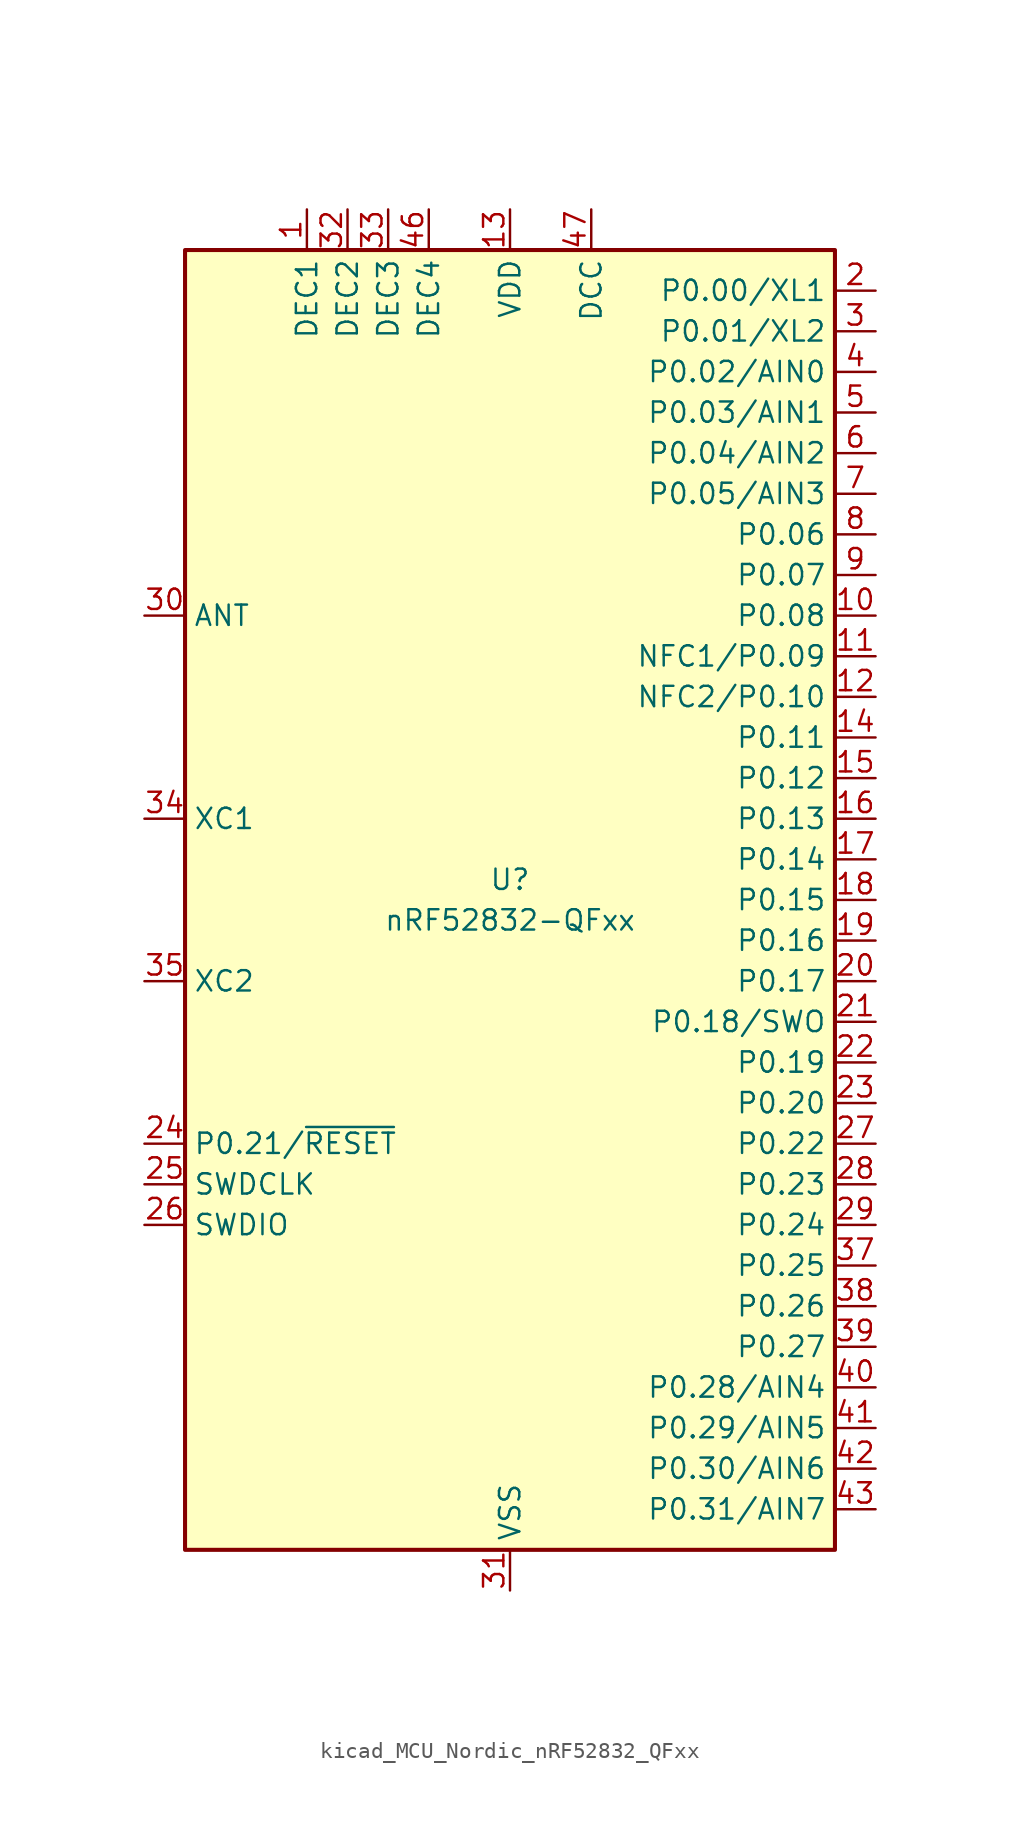
<source format=kicad_sym>
(kicad_symbol_lib
  (version 20220914)
  (generator kicad_symbol_editor)
  (symbol "kicad_MCU_Nordic_nRF52832_QFxx"
    (property "Reference" "U"
      (at 0 1.27 0)
      (effects (font (size 1.27 1.27))))
    (property "Value" "nRF52832-QFxx"
      (at 0 -1.27 0)
      (effects (font (size 1.27 1.27))))
    (symbol "kicad_MCU_Nordic_nRF52832_QFxx_0_1"
      (rectangle (start -20.32 40.64) (end 20.32 -40.64) (stroke (width 0.254) (type default)) (fill (type background))))
    (symbol "kicad_MCU_Nordic_nRF52832_QFxx_1_1"
      (pin passive line (at -12.7 43.18 270) (length 2.54) (name "DEC1" (effects (font (size 1.27 1.27)))) (number "1" (effects (font (size 1.27 1.27)))))
      (pin bidirectional line (at 22.86 17.78 180) (length 2.54) (name "P0.08" (effects (font (size 1.27 1.27)))) (number "10" (effects (font (size 1.27 1.27)))))
      (pin bidirectional line (at 22.86 15.24 180) (length 2.54) (name "NFC1/P0.09" (effects (font (size 1.27 1.27)))) (number "11" (effects (font (size 1.27 1.27)))))
      (pin bidirectional line (at 22.86 12.7 180) (length 2.54) (name "NFC2/P0.10" (effects (font (size 1.27 1.27)))) (number "12" (effects (font (size 1.27 1.27)))))
      (pin power_in line (at 0 43.18 270) (length 2.54) (name "VDD" (effects (font (size 1.27 1.27)))) (number "13" (effects (font (size 1.27 1.27)))))
      (pin bidirectional line (at 22.86 10.16 180) (length 2.54) (name "P0.11" (effects (font (size 1.27 1.27)))) (number "14" (effects (font (size 1.27 1.27)))))
      (pin bidirectional line (at 22.86 7.62 180) (length 2.54) (name "P0.12" (effects (font (size 1.27 1.27)))) (number "15" (effects (font (size 1.27 1.27)))))
      (pin bidirectional line (at 22.86 5.08 180) (length 2.54) (name "P0.13" (effects (font (size 1.27 1.27)))) (number "16" (effects (font (size 1.27 1.27)))))
      (pin bidirectional line (at 22.86 2.54 180) (length 2.54) (name "P0.14" (effects (font (size 1.27 1.27)))) (number "17" (effects (font (size 1.27 1.27)))))
      (pin bidirectional line (at 22.86 0 180) (length 2.54) (name "P0.15" (effects (font (size 1.27 1.27)))) (number "18" (effects (font (size 1.27 1.27)))))
      (pin bidirectional line (at 22.86 -2.54 180) (length 2.54) (name "P0.16" (effects (font (size 1.27 1.27)))) (number "19" (effects (font (size 1.27 1.27)))))
      (pin bidirectional line (at 22.86 38.1 180) (length 2.54) (name "P0.00/XL1" (effects (font (size 1.27 1.27)))) (number "2" (effects (font (size 1.27 1.27)))))
      (pin bidirectional line (at 22.86 -5.08 180) (length 2.54) (name "P0.17" (effects (font (size 1.27 1.27)))) (number "20" (effects (font (size 1.27 1.27)))))
      (pin bidirectional line (at 22.86 -7.62 180) (length 2.54) (name "P0.18/SWO" (effects (font (size 1.27 1.27)))) (number "21" (effects (font (size 1.27 1.27)))))
      (pin bidirectional line (at 22.86 -10.16 180) (length 2.54) (name "P0.19" (effects (font (size 1.27 1.27)))) (number "22" (effects (font (size 1.27 1.27)))))
      (pin bidirectional line (at 22.86 -12.7 180) (length 2.54) (name "P0.20" (effects (font (size 1.27 1.27)))) (number "23" (effects (font (size 1.27 1.27)))))
      (pin bidirectional line (at -22.86 -15.24 0) (length 2.54) (name "P0.21/~{RESET}" (effects (font (size 1.27 1.27)))) (number "24" (effects (font (size 1.27 1.27)))))
      (pin input line (at -22.86 -17.78 0) (length 2.54) (name "SWDCLK" (effects (font (size 1.27 1.27)))) (number "25" (effects (font (size 1.27 1.27)))))
      (pin bidirectional line (at -22.86 -20.32 0) (length 2.54) (name "SWDIO" (effects (font (size 1.27 1.27)))) (number "26" (effects (font (size 1.27 1.27)))))
      (pin bidirectional line (at 22.86 -15.24 180) (length 2.54) (name "P0.22" (effects (font (size 1.27 1.27)))) (number "27" (effects (font (size 1.27 1.27)))))
      (pin bidirectional line (at 22.86 -17.78 180) (length 2.54) (name "P0.23" (effects (font (size 1.27 1.27)))) (number "28" (effects (font (size 1.27 1.27)))))
      (pin bidirectional line (at 22.86 -20.32 180) (length 2.54) (name "P0.24" (effects (font (size 1.27 1.27)))) (number "29" (effects (font (size 1.27 1.27)))))
      (pin bidirectional line (at 22.86 35.56 180) (length 2.54) (name "P0.01/XL2" (effects (font (size 1.27 1.27)))) (number "3" (effects (font (size 1.27 1.27)))))
      (pin passive line (at -22.86 17.78 0) (length 2.54) (name "ANT" (effects (font (size 1.27 1.27)))) (number "30" (effects (font (size 1.27 1.27)))))
      (pin power_in line (at 0 -43.18 90) (length 2.54) (name "VSS" (effects (font (size 1.27 1.27)))) (number "31" (effects (font (size 1.27 1.27)))))
      (pin passive line (at -10.16 43.18 270) (length 2.54) (name "DEC2" (effects (font (size 1.27 1.27)))) (number "32" (effects (font (size 1.27 1.27)))))
      (pin passive line (at -7.62 43.18 270) (length 2.54) (name "DEC3" (effects (font (size 1.27 1.27)))) (number "33" (effects (font (size 1.27 1.27)))))
      (pin input line (at -22.86 5.08 0) (length 2.54) (name "XC1" (effects (font (size 1.27 1.27)))) (number "34" (effects (font (size 1.27 1.27)))))
      (pin input line (at -22.86 -5.08 0) (length 2.54) (name "XC2" (effects (font (size 1.27 1.27)))) (number "35" (effects (font (size 1.27 1.27)))))
      (pin passive line (at 0 43.18 270) (length 2.54) hide (name "VDD" (effects (font (size 1.27 1.27)))) (number "36" (effects (font (size 1.27 1.27)))))
      (pin bidirectional line (at 22.86 -22.86 180) (length 2.54) (name "P0.25" (effects (font (size 1.27 1.27)))) (number "37" (effects (font (size 1.27 1.27)))))
      (pin bidirectional line (at 22.86 -25.4 180) (length 2.54) (name "P0.26" (effects (font (size 1.27 1.27)))) (number "38" (effects (font (size 1.27 1.27)))))
      (pin bidirectional line (at 22.86 -27.94 180) (length 2.54) (name "P0.27" (effects (font (size 1.27 1.27)))) (number "39" (effects (font (size 1.27 1.27)))))
      (pin bidirectional line (at 22.86 33.02 180) (length 2.54) (name "P0.02/AIN0" (effects (font (size 1.27 1.27)))) (number "4" (effects (font (size 1.27 1.27)))))
      (pin bidirectional line (at 22.86 -30.48 180) (length 2.54) (name "P0.28/AIN4" (effects (font (size 1.27 1.27)))) (number "40" (effects (font (size 1.27 1.27)))))
      (pin bidirectional line (at 22.86 -33.02 180) (length 2.54) (name "P0.29/AIN5" (effects (font (size 1.27 1.27)))) (number "41" (effects (font (size 1.27 1.27)))))
      (pin bidirectional line (at 22.86 -35.56 180) (length 2.54) (name "P0.30/AIN6" (effects (font (size 1.27 1.27)))) (number "42" (effects (font (size 1.27 1.27)))))
      (pin bidirectional line (at 22.86 -38.1 180) (length 2.54) (name "P0.31/AIN7" (effects (font (size 1.27 1.27)))) (number "43" (effects (font (size 1.27 1.27)))))
      (pin no_connect line (at -20.32 -30.48 0) (length 2.54) hide (name "NC" (effects (font (size 1.27 1.27)))) (number "44" (effects (font (size 1.27 1.27)))))
      (pin passive line (at 0 -43.18 90) (length 2.54) hide (name "VSS" (effects (font (size 1.27 1.27)))) (number "45" (effects (font (size 1.27 1.27)))))
      (pin passive line (at -5.08 43.18 270) (length 2.54) (name "DEC4" (effects (font (size 1.27 1.27)))) (number "46" (effects (font (size 1.27 1.27)))))
      (pin power_out line (at 5.08 43.18 270) (length 2.54) (name "DCC" (effects (font (size 1.27 1.27)))) (number "47" (effects (font (size 1.27 1.27)))))
      (pin passive line (at 0 43.18 270) (length 2.54) hide (name "VDD" (effects (font (size 1.27 1.27)))) (number "48" (effects (font (size 1.27 1.27)))))
      (pin passive line (at 0 -43.18 90) (length 2.54) hide (name "VSS" (effects (font (size 1.27 1.27)))) (number "49" (effects (font (size 1.27 1.27)))))
      (pin bidirectional line (at 22.86 30.48 180) (length 2.54) (name "P0.03/AIN1" (effects (font (size 1.27 1.27)))) (number "5" (effects (font (size 1.27 1.27)))))
      (pin bidirectional line (at 22.86 27.94 180) (length 2.54) (name "P0.04/AIN2" (effects (font (size 1.27 1.27)))) (number "6" (effects (font (size 1.27 1.27)))))
      (pin bidirectional line (at 22.86 25.4 180) (length 2.54) (name "P0.05/AIN3" (effects (font (size 1.27 1.27)))) (number "7" (effects (font (size 1.27 1.27)))))
      (pin bidirectional line (at 22.86 22.86 180) (length 2.54) (name "P0.06" (effects (font (size 1.27 1.27)))) (number "8" (effects (font (size 1.27 1.27)))))
      (pin bidirectional line (at 22.86 20.32 180) (length 2.54) (name "P0.07" (effects (font (size 1.27 1.27)))) (number "9" (effects (font (size 1.27 1.27))))))))
</source>
